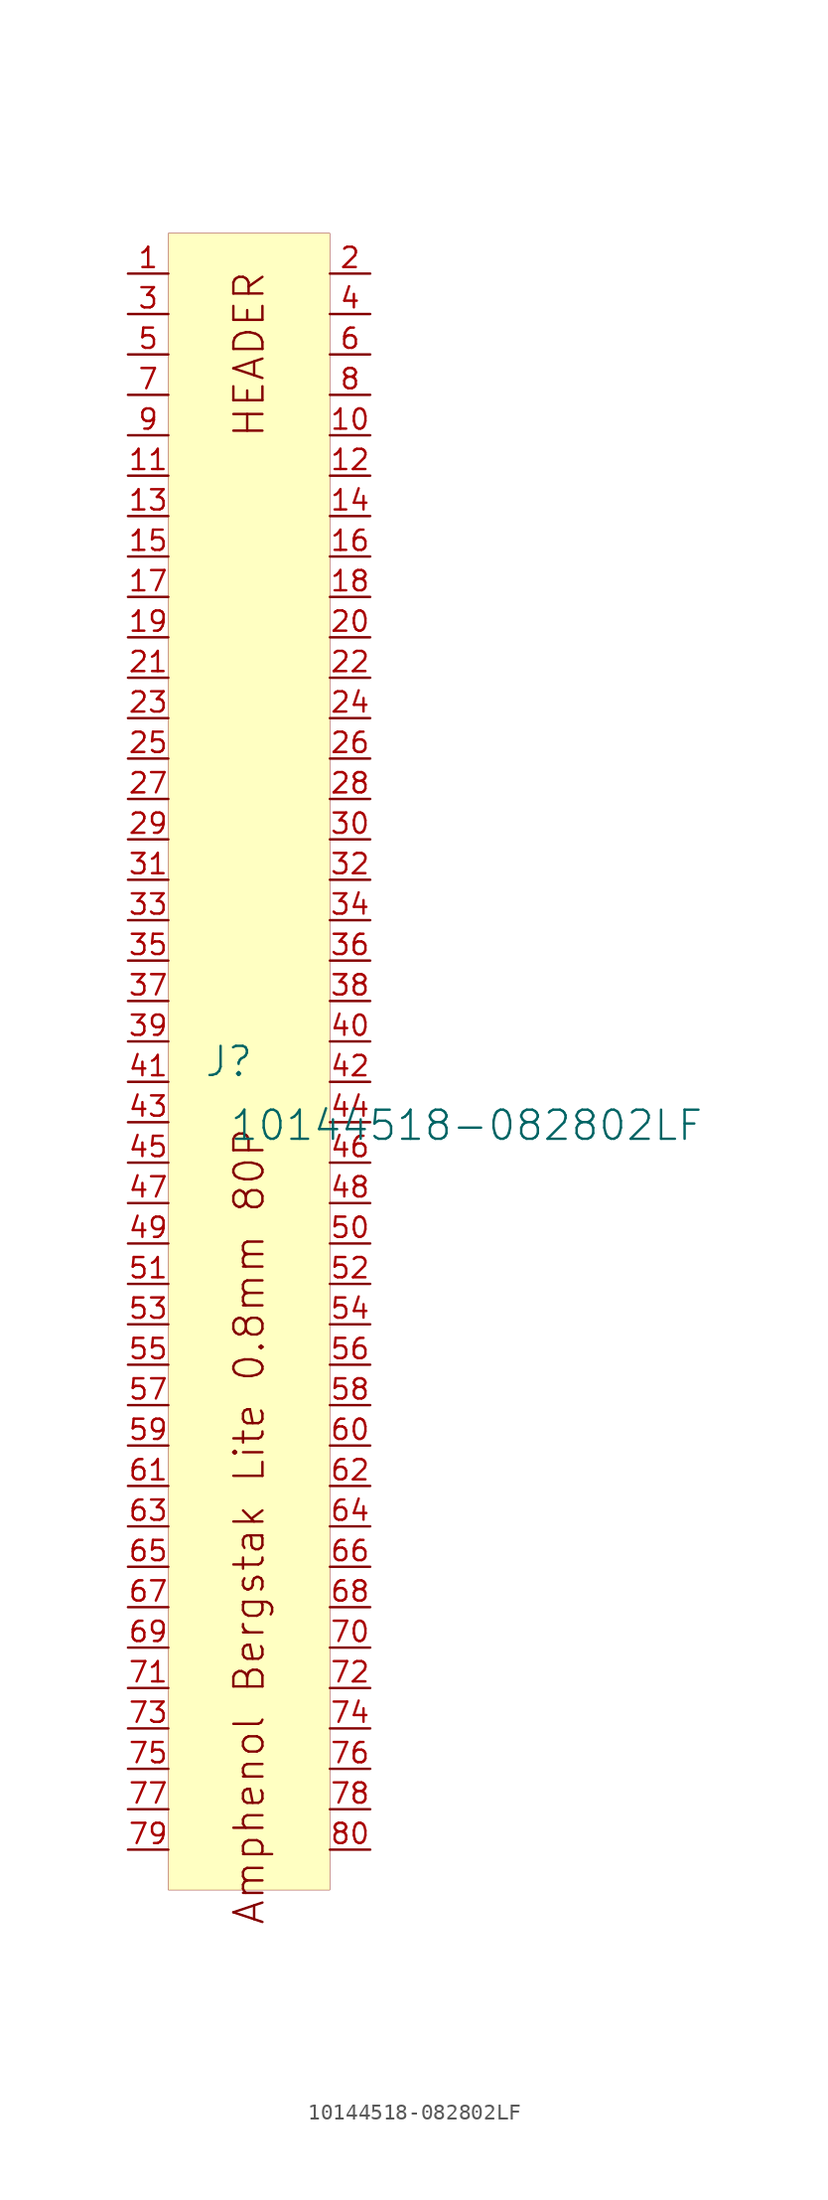
<source format=kicad_sym>
(kicad_symbol_lib
  (version 20231120)
  (generator "kicad_symbol_editor")
  (generator_version "8.0")
  (symbol "10144518-082802LF"
    (property "Reference" "J"
      (at -1.27 1.27 0)
      (effects (font (size 1.829 1.829))))
    (property "Value" "10144518-082802LF"
      (at -1.27 -3.81 0)
      (effects (font (size 1.829 1.829)) (justify left bottom)))
    (symbol "10144518-082802LF_1_0"
      (rectangle (start 5.08 53.34) (end -5.08 -50.8) (stroke (width 0.025) (type solid) (color 128 0 0 1)) (fill (type background)))
      (text "Amphenol Bergstak Lite 0.8mm 80P" (at 0 -27.94 900) (effects (font (size 1.829 1.829))))
      (text "HEADER" (at 0 45.72 900) (effects (font (size 1.829 1.829))))
      (pin passive line (at -7.62 50.8 0) (length 2.54) (name "" (effects (font (size 1.27 1.27)))) (number "1" (effects (font (size 1.27 1.27)))))
      (pin passive line (at 7.62 40.64 180) (length 2.54) (name "" (effects (font (size 1.27 1.27)))) (number "10" (effects (font (size 1.27 1.27)))))
      (pin passive line (at -7.62 38.1 0) (length 2.54) (name "" (effects (font (size 1.27 1.27)))) (number "11" (effects (font (size 1.27 1.27)))))
      (pin passive line (at 7.62 38.1 180) (length 2.54) (name "" (effects (font (size 1.27 1.27)))) (number "12" (effects (font (size 1.27 1.27)))))
      (pin passive line (at -7.62 35.56 0) (length 2.54) (name "" (effects (font (size 1.27 1.27)))) (number "13" (effects (font (size 1.27 1.27)))))
      (pin passive line (at 7.62 35.56 180) (length 2.54) (name "" (effects (font (size 1.27 1.27)))) (number "14" (effects (font (size 1.27 1.27)))))
      (pin passive line (at -7.62 33.02 0) (length 2.54) (name "" (effects (font (size 1.27 1.27)))) (number "15" (effects (font (size 1.27 1.27)))))
      (pin passive line (at 7.62 33.02 180) (length 2.54) (name "" (effects (font (size 1.27 1.27)))) (number "16" (effects (font (size 1.27 1.27)))))
      (pin passive line (at -7.62 30.48 0) (length 2.54) (name "" (effects (font (size 1.27 1.27)))) (number "17" (effects (font (size 1.27 1.27)))))
      (pin passive line (at 7.62 30.48 180) (length 2.54) (name "" (effects (font (size 1.27 1.27)))) (number "18" (effects (font (size 1.27 1.27)))))
      (pin passive line (at -7.62 27.94 0) (length 2.54) (name "" (effects (font (size 1.27 1.27)))) (number "19" (effects (font (size 1.27 1.27)))))
      (pin passive line (at 7.62 50.8 180) (length 2.54) (name "" (effects (font (size 1.27 1.27)))) (number "2" (effects (font (size 1.27 1.27)))))
      (pin passive line (at 7.62 27.94 180) (length 2.54) (name "" (effects (font (size 1.27 1.27)))) (number "20" (effects (font (size 1.27 1.27)))))
      (pin passive line (at -7.62 25.4 0) (length 2.54) (name "" (effects (font (size 1.27 1.27)))) (number "21" (effects (font (size 1.27 1.27)))))
      (pin passive line (at 7.62 25.4 180) (length 2.54) (name "" (effects (font (size 1.27 1.27)))) (number "22" (effects (font (size 1.27 1.27)))))
      (pin passive line (at -7.62 22.86 0) (length 2.54) (name "" (effects (font (size 1.27 1.27)))) (number "23" (effects (font (size 1.27 1.27)))))
      (pin passive line (at 7.62 22.86 180) (length 2.54) (name "" (effects (font (size 1.27 1.27)))) (number "24" (effects (font (size 1.27 1.27)))))
      (pin passive line (at -7.62 20.32 0) (length 2.54) (name "" (effects (font (size 1.27 1.27)))) (number "25" (effects (font (size 1.27 1.27)))))
      (pin passive line (at 7.62 20.32 180) (length 2.54) (name "" (effects (font (size 1.27 1.27)))) (number "26" (effects (font (size 1.27 1.27)))))
      (pin passive line (at -7.62 17.78 0) (length 2.54) (name "" (effects (font (size 1.27 1.27)))) (number "27" (effects (font (size 1.27 1.27)))))
      (pin passive line (at 7.62 17.78 180) (length 2.54) (name "" (effects (font (size 1.27 1.27)))) (number "28" (effects (font (size 1.27 1.27)))))
      (pin passive line (at -7.62 15.24 0) (length 2.54) (name "" (effects (font (size 1.27 1.27)))) (number "29" (effects (font (size 1.27 1.27)))))
      (pin passive line (at -7.62 48.26 0) (length 2.54) (name "" (effects (font (size 1.27 1.27)))) (number "3" (effects (font (size 1.27 1.27)))))
      (pin passive line (at 7.62 15.24 180) (length 2.54) (name "" (effects (font (size 1.27 1.27)))) (number "30" (effects (font (size 1.27 1.27)))))
      (pin passive line (at -7.62 12.7 0) (length 2.54) (name "" (effects (font (size 1.27 1.27)))) (number "31" (effects (font (size 1.27 1.27)))))
      (pin passive line (at 7.62 12.7 180) (length 2.54) (name "" (effects (font (size 1.27 1.27)))) (number "32" (effects (font (size 1.27 1.27)))))
      (pin passive line (at -7.62 10.16 0) (length 2.54) (name "" (effects (font (size 1.27 1.27)))) (number "33" (effects (font (size 1.27 1.27)))))
      (pin passive line (at 7.62 10.16 180) (length 2.54) (name "" (effects (font (size 1.27 1.27)))) (number "34" (effects (font (size 1.27 1.27)))))
      (pin passive line (at -7.62 7.62 0) (length 2.54) (name "" (effects (font (size 1.27 1.27)))) (number "35" (effects (font (size 1.27 1.27)))))
      (pin passive line (at 7.62 7.62 180) (length 2.54) (name "" (effects (font (size 1.27 1.27)))) (number "36" (effects (font (size 1.27 1.27)))))
      (pin passive line (at -7.62 5.08 0) (length 2.54) (name "" (effects (font (size 1.27 1.27)))) (number "37" (effects (font (size 1.27 1.27)))))
      (pin passive line (at 7.62 5.08 180) (length 2.54) (name "" (effects (font (size 1.27 1.27)))) (number "38" (effects (font (size 1.27 1.27)))))
      (pin passive line (at -7.62 2.54 0) (length 2.54) (name "" (effects (font (size 1.27 1.27)))) (number "39" (effects (font (size 1.27 1.27)))))
      (pin passive line (at 7.62 48.26 180) (length 2.54) (name "" (effects (font (size 1.27 1.27)))) (number "4" (effects (font (size 1.27 1.27)))))
      (pin passive line (at 7.62 2.54 180) (length 2.54) (name "" (effects (font (size 1.27 1.27)))) (number "40" (effects (font (size 1.27 1.27)))))
      (pin passive line (at -7.62 0 0) (length 2.54) (name "" (effects (font (size 1.27 1.27)))) (number "41" (effects (font (size 1.27 1.27)))))
      (pin passive line (at 7.62 0 180) (length 2.54) (name "" (effects (font (size 1.27 1.27)))) (number "42" (effects (font (size 1.27 1.27)))))
      (pin passive line (at -7.62 -2.54 0) (length 2.54) (name "" (effects (font (size 1.27 1.27)))) (number "43" (effects (font (size 1.27 1.27)))))
      (pin passive line (at 7.62 -2.54 180) (length 2.54) (name "" (effects (font (size 1.27 1.27)))) (number "44" (effects (font (size 1.27 1.27)))))
      (pin passive line (at -7.62 -5.08 0) (length 2.54) (name "" (effects (font (size 1.27 1.27)))) (number "45" (effects (font (size 1.27 1.27)))))
      (pin passive line (at 7.62 -5.08 180) (length 2.54) (name "" (effects (font (size 1.27 1.27)))) (number "46" (effects (font (size 1.27 1.27)))))
      (pin passive line (at -7.62 -7.62 0) (length 2.54) (name "" (effects (font (size 1.27 1.27)))) (number "47" (effects (font (size 1.27 1.27)))))
      (pin passive line (at 7.62 -7.62 180) (length 2.54) (name "" (effects (font (size 1.27 1.27)))) (number "48" (effects (font (size 1.27 1.27)))))
      (pin passive line (at -7.62 -10.16 0) (length 2.54) (name "" (effects (font (size 1.27 1.27)))) (number "49" (effects (font (size 1.27 1.27)))))
      (pin passive line (at -7.62 45.72 0) (length 2.54) (name "" (effects (font (size 1.27 1.27)))) (number "5" (effects (font (size 1.27 1.27)))))
      (pin passive line (at 7.62 -10.16 180) (length 2.54) (name "" (effects (font (size 1.27 1.27)))) (number "50" (effects (font (size 1.27 1.27)))))
      (pin passive line (at -7.62 -12.7 0) (length 2.54) (name "" (effects (font (size 1.27 1.27)))) (number "51" (effects (font (size 1.27 1.27)))))
      (pin passive line (at 7.62 -12.7 180) (length 2.54) (name "" (effects (font (size 1.27 1.27)))) (number "52" (effects (font (size 1.27 1.27)))))
      (pin passive line (at -7.62 -15.24 0) (length 2.54) (name "" (effects (font (size 1.27 1.27)))) (number "53" (effects (font (size 1.27 1.27)))))
      (pin passive line (at 7.62 -15.24 180) (length 2.54) (name "" (effects (font (size 1.27 1.27)))) (number "54" (effects (font (size 1.27 1.27)))))
      (pin passive line (at -7.62 -17.78 0) (length 2.54) (name "" (effects (font (size 1.27 1.27)))) (number "55" (effects (font (size 1.27 1.27)))))
      (pin passive line (at 7.62 -17.78 180) (length 2.54) (name "" (effects (font (size 1.27 1.27)))) (number "56" (effects (font (size 1.27 1.27)))))
      (pin passive line (at -7.62 -20.32 0) (length 2.54) (name "" (effects (font (size 1.27 1.27)))) (number "57" (effects (font (size 1.27 1.27)))))
      (pin passive line (at 7.62 -20.32 180) (length 2.54) (name "" (effects (font (size 1.27 1.27)))) (number "58" (effects (font (size 1.27 1.27)))))
      (pin passive line (at -7.62 -22.86 0) (length 2.54) (name "" (effects (font (size 1.27 1.27)))) (number "59" (effects (font (size 1.27 1.27)))))
      (pin passive line (at 7.62 45.72 180) (length 2.54) (name "" (effects (font (size 1.27 1.27)))) (number "6" (effects (font (size 1.27 1.27)))))
      (pin passive line (at 7.62 -22.86 180) (length 2.54) (name "" (effects (font (size 1.27 1.27)))) (number "60" (effects (font (size 1.27 1.27)))))
      (pin passive line (at -7.62 -25.4 0) (length 2.54) (name "" (effects (font (size 1.27 1.27)))) (number "61" (effects (font (size 1.27 1.27)))))
      (pin passive line (at 7.62 -25.4 180) (length 2.54) (name "" (effects (font (size 1.27 1.27)))) (number "62" (effects (font (size 1.27 1.27)))))
      (pin passive line (at -7.62 -27.94 0) (length 2.54) (name "" (effects (font (size 1.27 1.27)))) (number "63" (effects (font (size 1.27 1.27)))))
      (pin passive line (at 7.62 -27.94 180) (length 2.54) (name "" (effects (font (size 1.27 1.27)))) (number "64" (effects (font (size 1.27 1.27)))))
      (pin passive line (at -7.62 -30.48 0) (length 2.54) (name "" (effects (font (size 1.27 1.27)))) (number "65" (effects (font (size 1.27 1.27)))))
      (pin passive line (at 7.62 -30.48 180) (length 2.54) (name "" (effects (font (size 1.27 1.27)))) (number "66" (effects (font (size 1.27 1.27)))))
      (pin passive line (at -7.62 -33.02 0) (length 2.54) (name "" (effects (font (size 1.27 1.27)))) (number "67" (effects (font (size 1.27 1.27)))))
      (pin passive line (at 7.62 -33.02 180) (length 2.54) (name "" (effects (font (size 1.27 1.27)))) (number "68" (effects (font (size 1.27 1.27)))))
      (pin passive line (at -7.62 -35.56 0) (length 2.54) (name "" (effects (font (size 1.27 1.27)))) (number "69" (effects (font (size 1.27 1.27)))))
      (pin passive line (at -7.62 43.18 0) (length 2.54) (name "" (effects (font (size 1.27 1.27)))) (number "7" (effects (font (size 1.27 1.27)))))
      (pin passive line (at 7.62 -35.56 180) (length 2.54) (name "" (effects (font (size 1.27 1.27)))) (number "70" (effects (font (size 1.27 1.27)))))
      (pin passive line (at -7.62 -38.1 0) (length 2.54) (name "" (effects (font (size 1.27 1.27)))) (number "71" (effects (font (size 1.27 1.27)))))
      (pin passive line (at 7.62 -38.1 180) (length 2.54) (name "" (effects (font (size 1.27 1.27)))) (number "72" (effects (font (size 1.27 1.27)))))
      (pin passive line (at -7.62 -40.64 0) (length 2.54) (name "" (effects (font (size 1.27 1.27)))) (number "73" (effects (font (size 1.27 1.27)))))
      (pin passive line (at 7.62 -40.64 180) (length 2.54) (name "" (effects (font (size 1.27 1.27)))) (number "74" (effects (font (size 1.27 1.27)))))
      (pin passive line (at -7.62 -43.18 0) (length 2.54) (name "" (effects (font (size 1.27 1.27)))) (number "75" (effects (font (size 1.27 1.27)))))
      (pin passive line (at 7.62 -43.18 180) (length 2.54) (name "" (effects (font (size 1.27 1.27)))) (number "76" (effects (font (size 1.27 1.27)))))
      (pin passive line (at -7.62 -45.72 0) (length 2.54) (name "" (effects (font (size 1.27 1.27)))) (number "77" (effects (font (size 1.27 1.27)))))
      (pin passive line (at 7.62 -45.72 180) (length 2.54) (name "" (effects (font (size 1.27 1.27)))) (number "78" (effects (font (size 1.27 1.27)))))
      (pin passive line (at -7.62 -48.26 0) (length 2.54) (name "" (effects (font (size 1.27 1.27)))) (number "79" (effects (font (size 1.27 1.27)))))
      (pin passive line (at 7.62 43.18 180) (length 2.54) (name "" (effects (font (size 1.27 1.27)))) (number "8" (effects (font (size 1.27 1.27)))))
      (pin passive line (at 7.62 -48.26 180) (length 2.54) (name "" (effects (font (size 1.27 1.27)))) (number "80" (effects (font (size 1.27 1.27)))))
      (pin passive line (at -7.62 40.64 0) (length 2.54) (name "" (effects (font (size 1.27 1.27)))) (number "9" (effects (font (size 1.27 1.27))))))))
</source>
